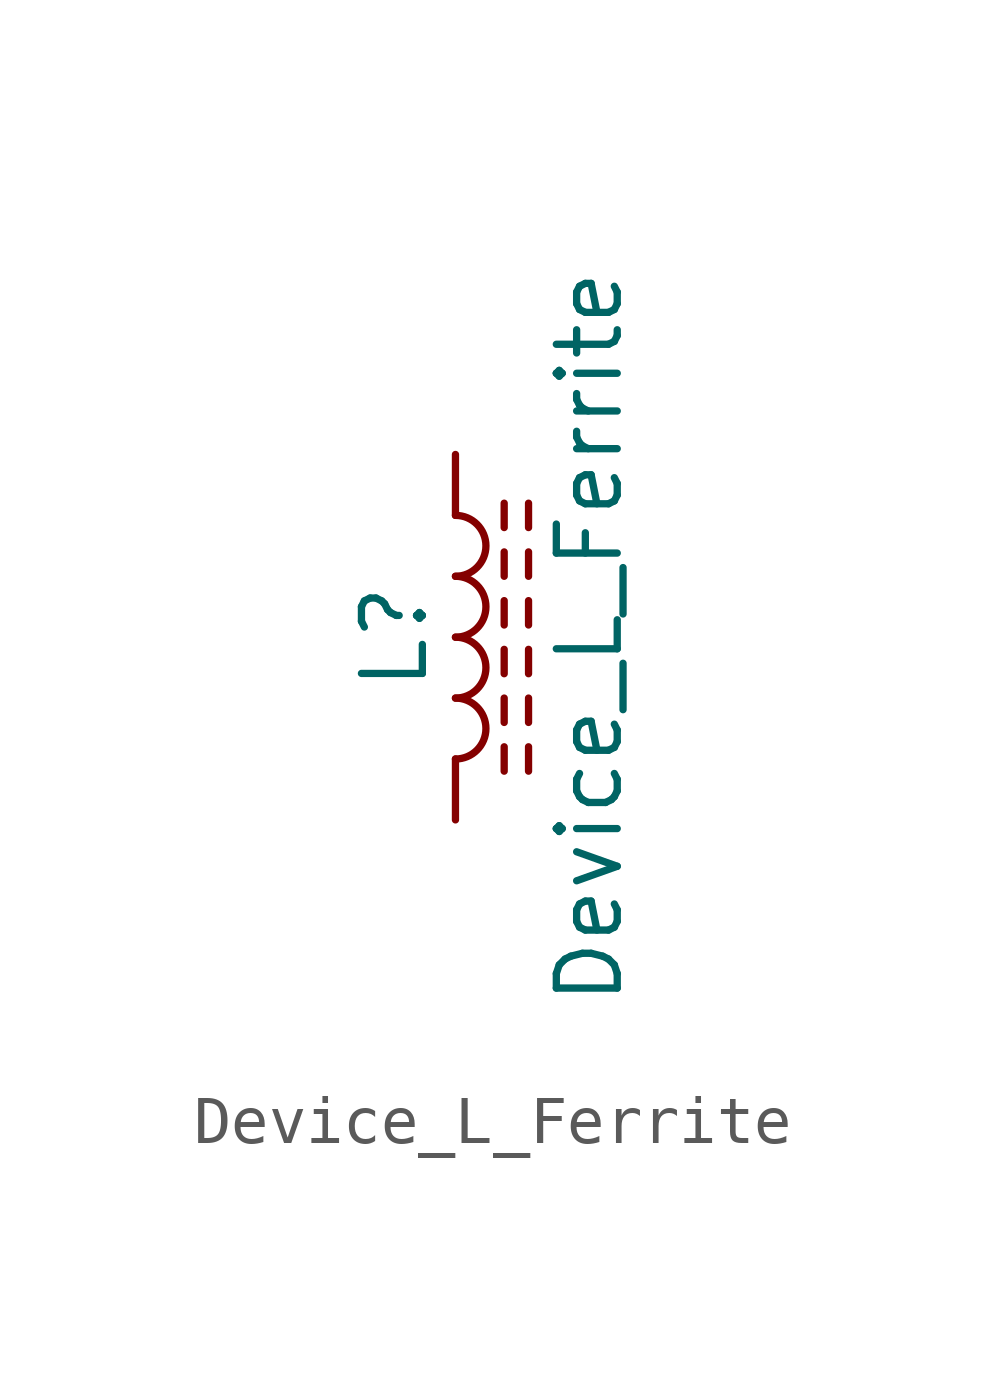
<source format=kicad_sym>
(kicad_symbol_lib
  (version 20211014)
  (generator kicad_symbol_editor)
  (symbol "Device_L_Ferrite"
    (pin_numbers hide)
    (pin_names
      (offset 1.016) hide)
    (property "Reference" "L"
      (at -1.27 0 90)
      (effects (font (size 1.27 1.27))))
    (property "Value" "Device_L_Ferrite"
      (at 2.794 0 90)
      (effects (font (size 1.27 1.27))))
    (symbol "Device_L_Ferrite_0_1"
      (arc (start 0 -2.54) (mid 0.635 -1.905) (end 0 -1.27) (stroke (width 0) (type default) (color 0 0 0 0)) (fill (type none)))
      (arc (start 0 -1.27) (mid 0.635 -0.635) (end 0 0) (stroke (width 0) (type default) (color 0 0 0 0)) (fill (type none)))
      (polyline (pts (xy 1.016 -2.794) (xy 1.016 -2.286)) (stroke (width 0) (type default) (color 0 0 0 0)) (fill (type none)))
      (polyline (pts (xy 1.016 -1.778) (xy 1.016 -1.27)) (stroke (width 0) (type default) (color 0 0 0 0)) (fill (type none)))
      (polyline (pts (xy 1.016 -0.762) (xy 1.016 -0.254)) (stroke (width 0) (type default) (color 0 0 0 0)) (fill (type none)))
      (polyline (pts (xy 1.016 0.254) (xy 1.016 0.762)) (stroke (width 0) (type default) (color 0 0 0 0)) (fill (type none)))
      (polyline (pts (xy 1.016 1.27) (xy 1.016 1.778)) (stroke (width 0) (type default) (color 0 0 0 0)) (fill (type none)))
      (polyline (pts (xy 1.016 2.286) (xy 1.016 2.794)) (stroke (width 0) (type default) (color 0 0 0 0)) (fill (type none)))
      (polyline (pts (xy 1.524 -2.286) (xy 1.524 -2.794)) (stroke (width 0) (type default) (color 0 0 0 0)) (fill (type none)))
      (polyline (pts (xy 1.524 -1.27) (xy 1.524 -1.778)) (stroke (width 0) (type default) (color 0 0 0 0)) (fill (type none)))
      (polyline (pts (xy 1.524 -0.254) (xy 1.524 -0.762)) (stroke (width 0) (type default) (color 0 0 0 0)) (fill (type none)))
      (polyline (pts (xy 1.524 0.762) (xy 1.524 0.254)) (stroke (width 0) (type default) (color 0 0 0 0)) (fill (type none)))
      (polyline (pts (xy 1.524 1.778) (xy 1.524 1.27)) (stroke (width 0) (type default) (color 0 0 0 0)) (fill (type none)))
      (polyline (pts (xy 1.524 2.794) (xy 1.524 2.286)) (stroke (width 0) (type default) (color 0 0 0 0)) (fill (type none)))
      (arc (start 0 0) (mid 0.635 0.635) (end 0 1.27) (stroke (width 0) (type default) (color 0 0 0 0)) (fill (type none)))
      (arc (start 0 1.27) (mid 0.635 1.905) (end 0 2.54) (stroke (width 0) (type default) (color 0 0 0 0)) (fill (type none))))
    (symbol "Device_L_Ferrite_1_1"
      (pin passive line (at 0 3.81 270) (length 1.27) (name "1" (effects (font (size 1.27 1.27)))) (number "1" (effects (font (size 1.27 1.27)))))
      (pin passive line (at 0 -3.81 90) (length 1.27) (name "2" (effects (font (size 1.27 1.27)))) (number "2" (effects (font (size 1.27 1.27))))))))
</source>
